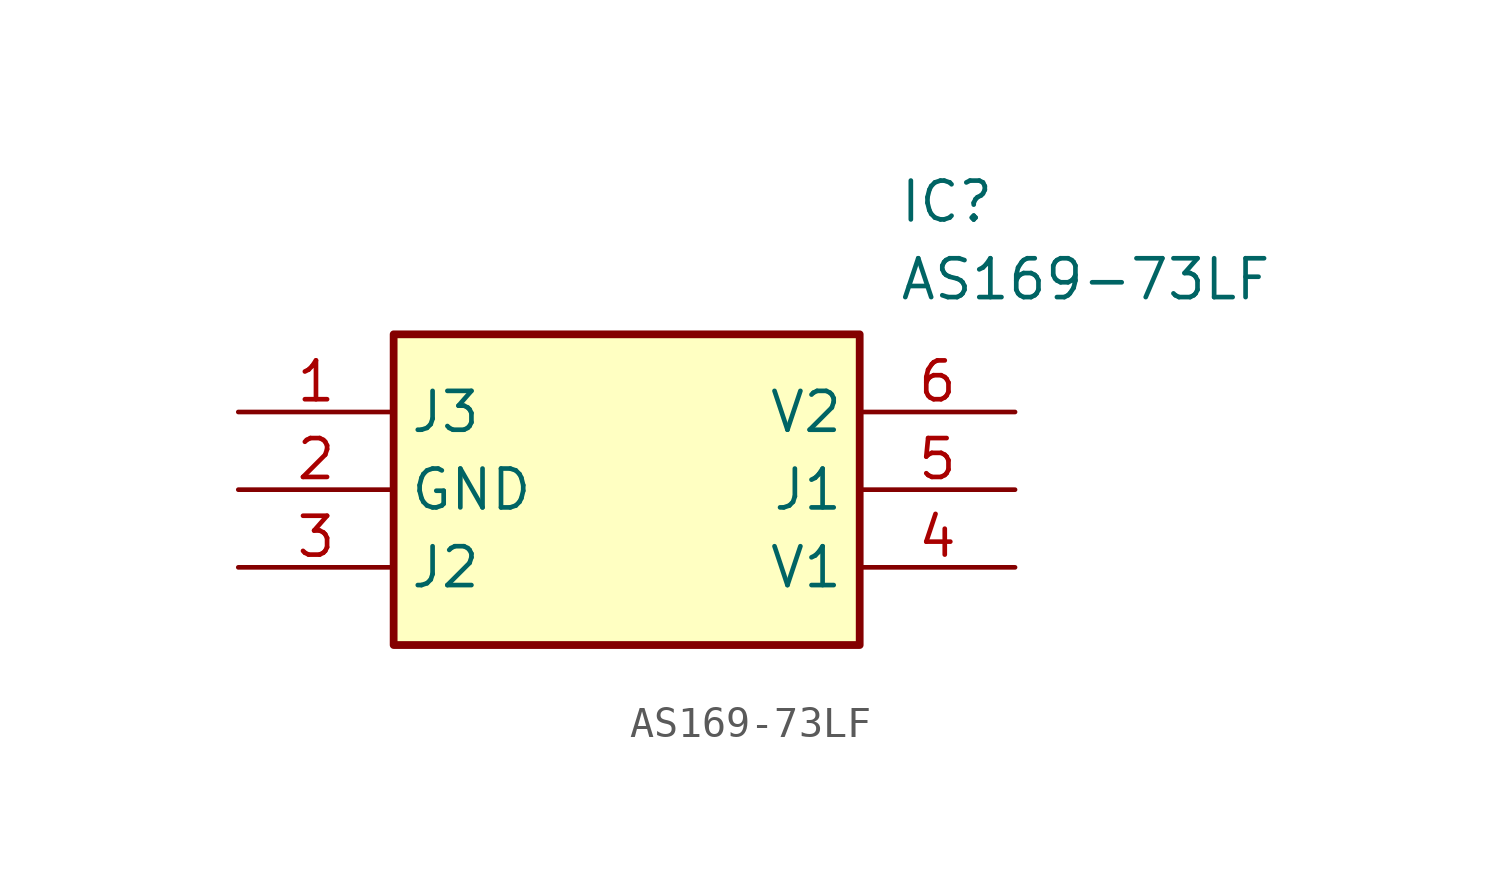
<source format=kicad_sym>
(kicad_symbol_lib
  (version 20211014)
  (generator SamacSys_ECAD_Model)
  (symbol "AS169-73LF"
    (property "Reference" "IC"
      (at 21.59 7.62 0)
      (effects (font (size 1.27 1.27)) (justify left top)))
    (property "Value" "AS169-73LF"
      (at 21.59 5.08 0)
      (effects (font (size 1.27 1.27)) (justify left top)))
    (rectangle
      (start 5.08 2.54)
      (end 20.32 -7.62)
      (stroke (width 0.254) (type default))
      (fill (type background)))
    (pin passive line
      (at 0 0 0)
      (length 5.08)
      (name "J3" (effects (font (size 1.27 1.27))))
      (number "1" (effects (font (size 1.27 1.27)))))
    (pin passive line
      (at 0 -2.54 0)
      (length 5.08)
      (name "GND" (effects (font (size 1.27 1.27))))
      (number "2" (effects (font (size 1.27 1.27)))))
    (pin passive line
      (at 0 -5.08 0)
      (length 5.08)
      (name "J2" (effects (font (size 1.27 1.27))))
      (number "3" (effects (font (size 1.27 1.27)))))
    (pin passive line
      (at 25.4 0 180)
      (length 5.08)
      (name "V2" (effects (font (size 1.27 1.27))))
      (number "6" (effects (font (size 1.27 1.27)))))
    (pin passive line
      (at 25.4 -2.54 180)
      (length 5.08)
      (name "J1" (effects (font (size 1.27 1.27))))
      (number "5" (effects (font (size 1.27 1.27)))))
    (pin passive line
      (at 25.4 -5.08 180)
      (length 5.08)
      (name "V1" (effects (font (size 1.27 1.27))))
      (number "4" (effects (font (size 1.27 1.27)))))))
</source>
